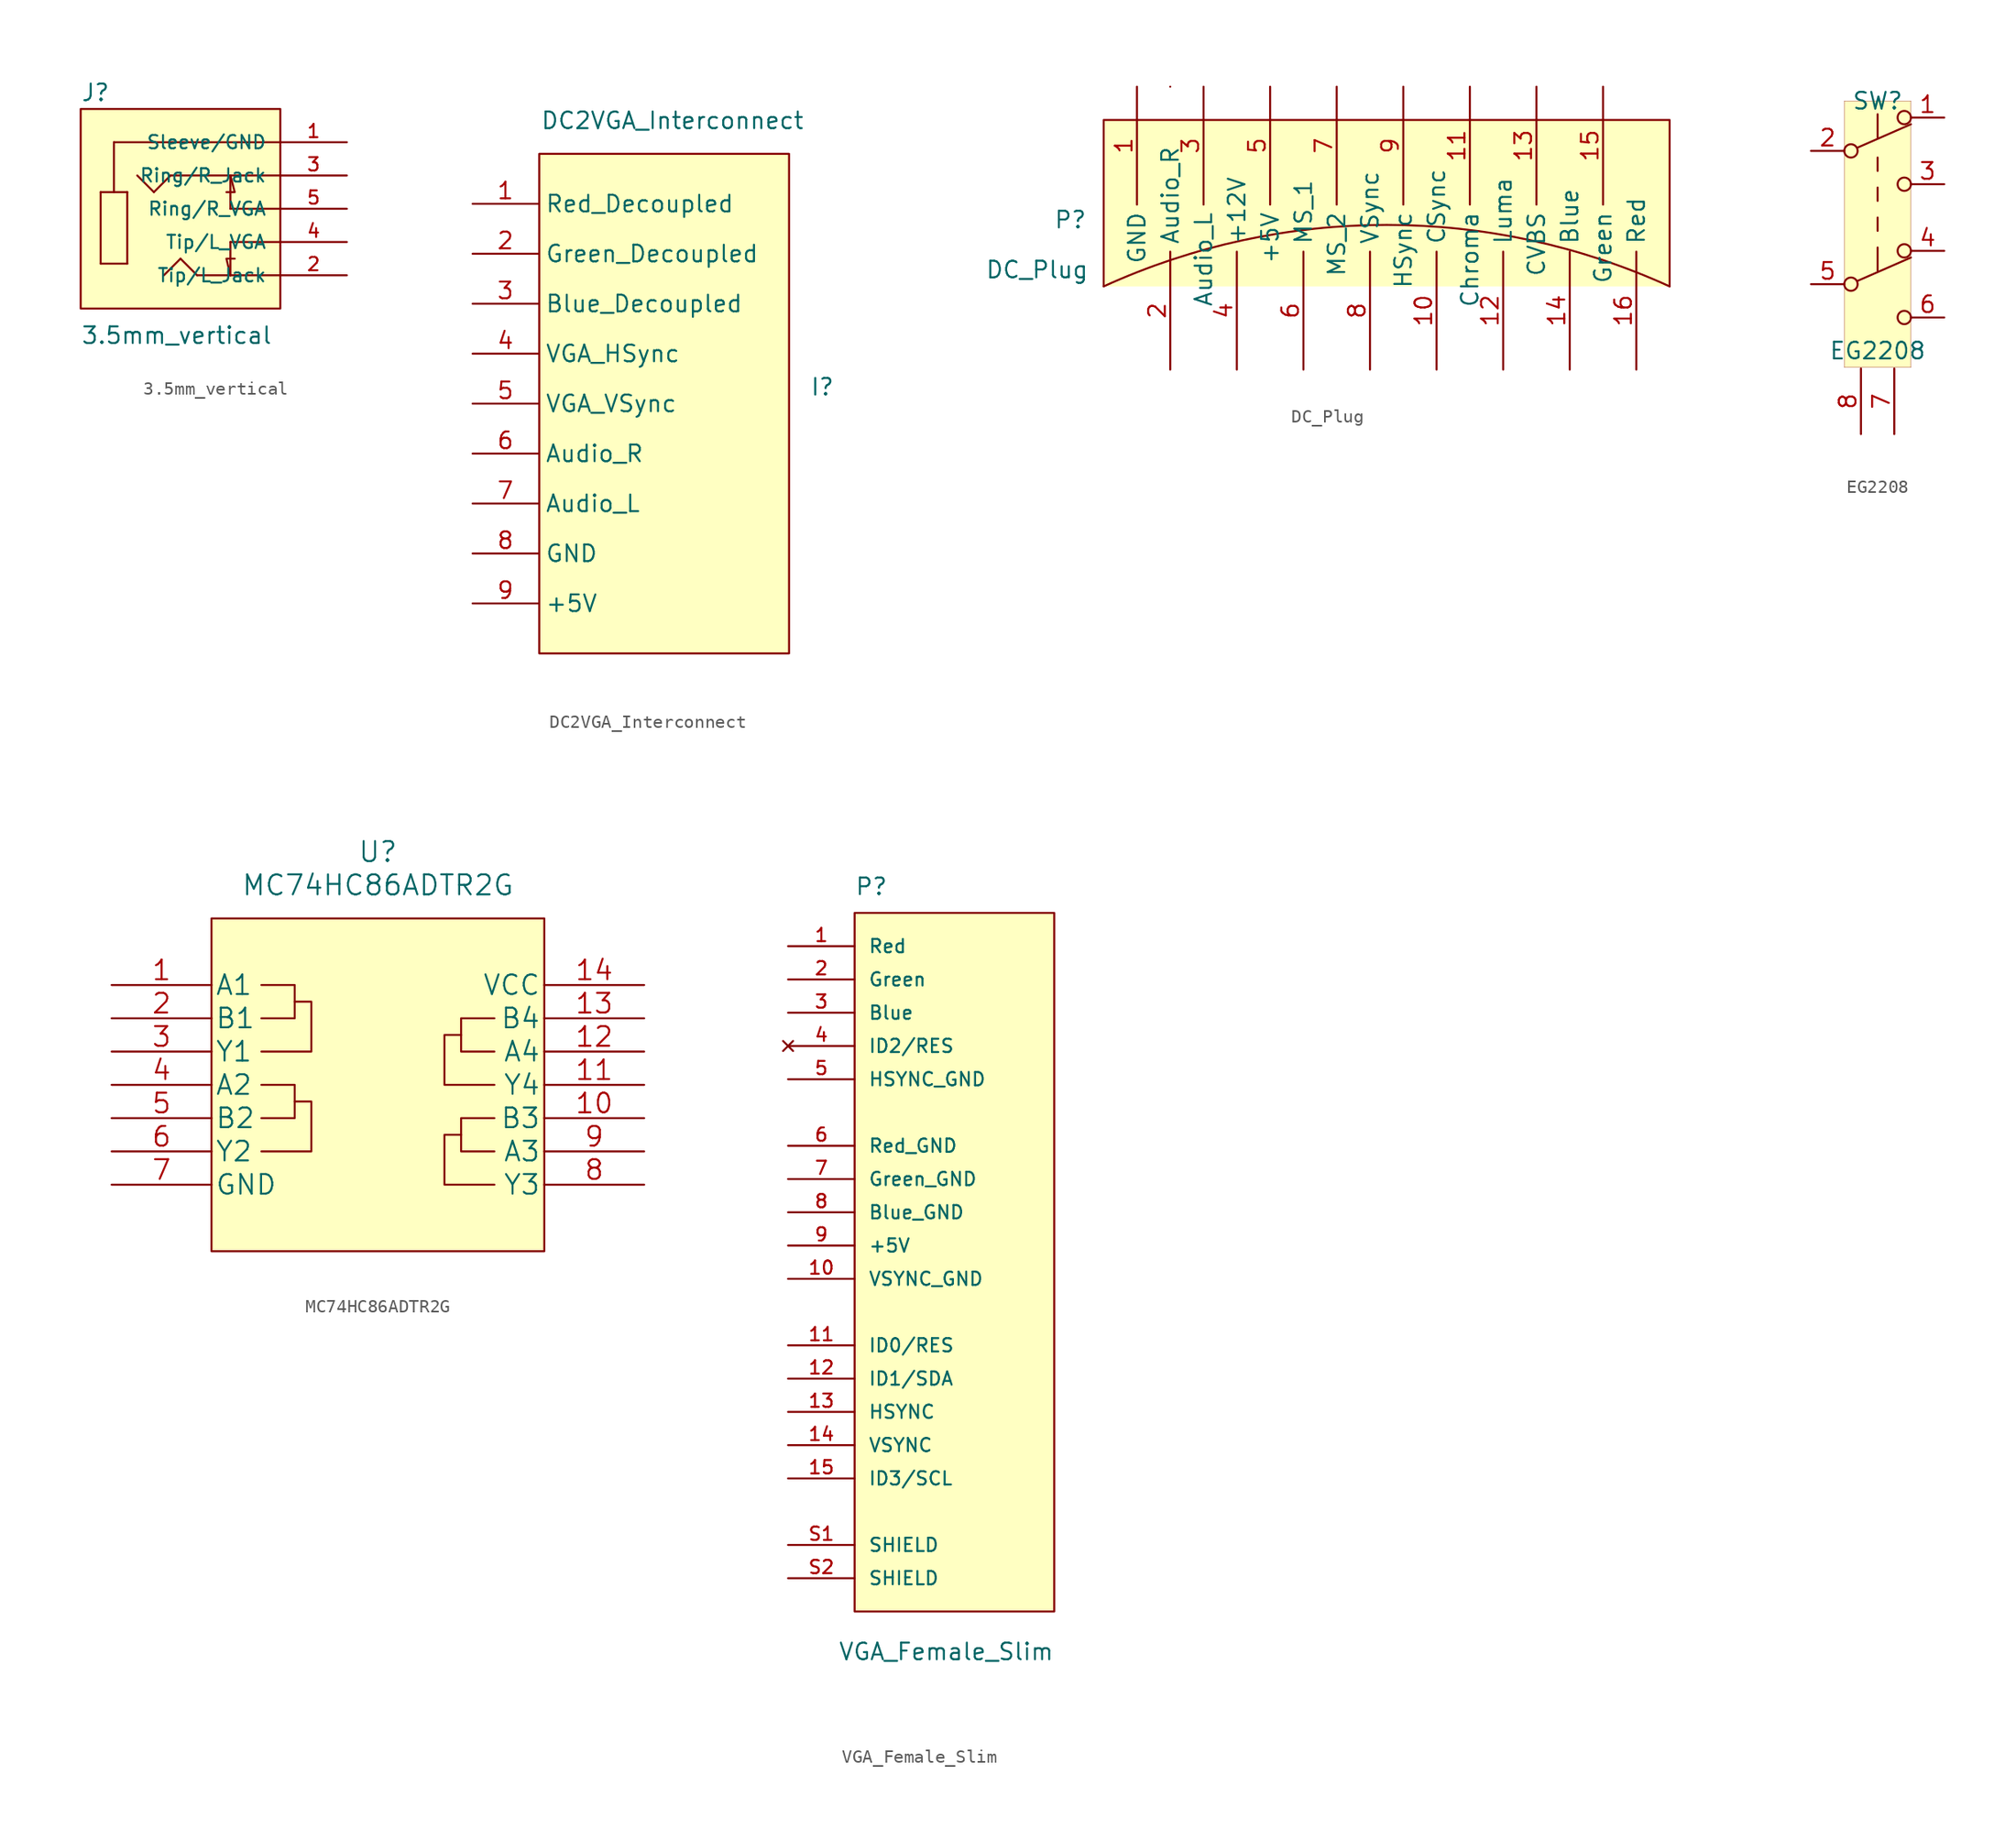
<source format=kicad_sym>
(kicad_symbol_lib
  (version 20211014)
  (generator kicad_symbol_editor)
  (symbol "3.5mm_vertical"
    (pin_names
      (offset 1.016))
    (property "Reference" "J"
      (at -7.62 8.128 0)
      (effects (font (size 1.27 1.27)) (justify left bottom)))
    (property "Value" "3.5mm_vertical"
      (at -7.62 -10.414 0)
      (effects (font (size 1.27 1.27)) (justify left bottom)))
    (symbol "3.5mm_vertical_0_0"
      (polyline (pts (xy -6.096 -4.191) (xy -6.096 1.27)) (stroke (width 0.152) (type default) (color 0 0 0 0)) (fill (type none)))
      (polyline (pts (xy -6.096 1.27) (xy -5.08 1.27)) (stroke (width 0.152) (type default) (color 0 0 0 0)) (fill (type none)))
      (polyline (pts (xy -5.08 1.27) (xy -4.064 1.27)) (stroke (width 0.152) (type default) (color 0 0 0 0)) (fill (type none)))
      (polyline (pts (xy -5.08 5.08) (xy -5.08 1.27)) (stroke (width 0.152) (type default) (color 0 0 0 0)) (fill (type none)))
      (polyline (pts (xy -4.064 -4.191) (xy -6.096 -4.191)) (stroke (width 0.152) (type default) (color 0 0 0 0)) (fill (type none)))
      (polyline (pts (xy -4.064 1.27) (xy -4.064 -4.191)) (stroke (width 0.152) (type default) (color 0 0 0 0)) (fill (type none)))
      (polyline (pts (xy -2.032 1.27) (xy -3.302 2.54)) (stroke (width 0.152) (type default) (color 0 0 0 0)) (fill (type none)))
      (polyline (pts (xy -0.762 2.54) (xy -2.032 1.27)) (stroke (width 0.152) (type default) (color 0 0 0 0)) (fill (type none)))
      (polyline (pts (xy 0 -3.81) (xy -1.27 -5.08)) (stroke (width 0.152) (type default) (color 0 0 0 0)) (fill (type none)))
      (polyline (pts (xy 1.27 -5.08) (xy 0 -3.81)) (stroke (width 0.152) (type default) (color 0 0 0 0)) (fill (type none)))
      (polyline (pts (xy 3.81 -5.08) (xy 1.27 -5.08)) (stroke (width 0.152) (type default) (color 0 0 0 0)) (fill (type none)))
      (polyline (pts (xy 3.81 -5.08) (xy 3.81 -2.54)) (stroke (width 0.152) (type default) (color 0 0 0 0)) (fill (type none)))
      (polyline (pts (xy 3.81 0) (xy 3.81 2.54)) (stroke (width 0.152) (type default) (color 0 0 0 0)) (fill (type none)))
      (polyline (pts (xy 3.81 2.54) (xy -0.762 2.54)) (stroke (width 0.152) (type default) (color 0 0 0 0)) (fill (type none)))
      (polyline (pts (xy 7.62 -5.08) (xy 3.81 -5.08)) (stroke (width 0.152) (type default) (color 0 0 0 0)) (fill (type none)))
      (polyline (pts (xy 7.62 -2.54) (xy 3.81 -2.54)) (stroke (width 0.152) (type default) (color 0 0 0 0)) (fill (type none)))
      (polyline (pts (xy 7.62 0) (xy 3.81 0)) (stroke (width 0.152) (type default) (color 0 0 0 0)) (fill (type none)))
      (polyline (pts (xy 7.62 2.54) (xy 3.81 2.54)) (stroke (width 0.152) (type default) (color 0 0 0 0)) (fill (type none)))
      (polyline (pts (xy 7.62 5.08) (xy -5.08 5.08)) (stroke (width 0.152) (type default) (color 0 0 0 0)) (fill (type none)))
      (polyline (pts (xy 3.81 -5.08) (xy 3.505 -3.81) (xy 4.14 -3.81)) (stroke (width 0.152) (type default) (color 0 0 0 0)) (fill (type background)))
      (polyline (pts (xy 3.81 2.54) (xy 4.14 1.27) (xy 3.505 1.27)) (stroke (width 0.152) (type default) (color 0 0 0 0)) (fill (type background)))
      (pin passive line (at 12.7 5.08 180) (length 5.08) (name "Sleeve/GND" (effects (font (size 1.016 1.016)))) (number "1" (effects (font (size 1.016 1.016)))))
      (pin passive line (at 12.7 -5.08 180) (length 5.08) (name "Tip/L_Jack" (effects (font (size 1.016 1.016)))) (number "2" (effects (font (size 1.016 1.016)))))
      (pin passive line (at 12.7 2.54 180) (length 5.08) (name "Ring/R_Jack" (effects (font (size 1.016 1.016)))) (number "3" (effects (font (size 1.016 1.016)))))
      (pin passive line (at 12.7 -2.54 180) (length 5.08) (name "Tip/L_VGA" (effects (font (size 1.016 1.016)))) (number "4" (effects (font (size 1.016 1.016)))))
      (pin passive line (at 12.7 0 180) (length 5.08) (name "Ring/R_VGA" (effects (font (size 1.016 1.016)))) (number "5" (effects (font (size 1.016 1.016))))))
    (symbol "3.5mm_vertical_0_1"
      (rectangle (start -7.62 7.62) (end 7.62 -7.62) (stroke (width 0.152) (type default) (color 0 0 0 0)) (fill (type background)))))
  (symbol "DC2VGA_Interconnect"
    (property "Reference" "I"
      (at 12.7 1.27 0)
      (effects (font (size 1.27 1.27))))
    (property "Value" "DC2VGA_Interconnect"
      (at 1.27 21.59 0)
      (effects (font (size 1.27 1.27))))
    (symbol "DC2VGA_Interconnect_0_1"
      (rectangle (start -8.89 19.05) (end 10.16 -19.05) (stroke (width 0.152) (type default) (color 0 0 0 0)) (fill (type background))))
    (symbol "DC2VGA_Interconnect_1_1"
      (pin bidirectional line (at -13.97 15.24 0) (length 5) (name "Red_Decoupled" (effects (font (size 1.27 1.27)))) (number "1" (effects (font (size 1.27 1.27)))))
      (pin bidirectional line (at -13.97 11.43 0) (length 5) (name "Green_Decoupled" (effects (font (size 1.27 1.27)))) (number "2" (effects (font (size 1.27 1.27)))))
      (pin bidirectional line (at -13.97 7.62 0) (length 5) (name "Blue_Decoupled" (effects (font (size 1.27 1.27)))) (number "3" (effects (font (size 1.27 1.27)))))
      (pin bidirectional line (at -13.97 3.81 0) (length 5) (name "VGA_HSync" (effects (font (size 1.27 1.27)))) (number "4" (effects (font (size 1.27 1.27)))))
      (pin bidirectional line (at -13.97 0 0) (length 5) (name "VGA_VSync" (effects (font (size 1.27 1.27)))) (number "5" (effects (font (size 1.27 1.27)))))
      (pin bidirectional line (at -13.97 -3.81 0) (length 5) (name "Audio_R" (effects (font (size 1.27 1.27)))) (number "6" (effects (font (size 1.27 1.27)))))
      (pin bidirectional line (at -13.97 -7.62 0) (length 5) (name "Audio_L" (effects (font (size 1.27 1.27)))) (number "7" (effects (font (size 1.27 1.27)))))
      (pin bidirectional line (at -13.97 -11.43 0) (length 5) (name "GND" (effects (font (size 1.27 1.27)))) (number "8" (effects (font (size 1.27 1.27)))))
      (pin bidirectional line (at -13.97 -15.24 0) (length 5) (name "+5V" (effects (font (size 1.27 1.27)))) (number "9" (effects (font (size 1.27 1.27)))))))
  (symbol "DC_Plug"
    (property "Reference" "P"
      (at -13.97 1.27 0)
      (effects (font (size 1.27 1.27))))
    (property "Value" "DC_Plug"
      (at -16.51 -2.54 0)
      (effects (font (size 1.27 1.27))))
    (symbol "DC_Plug_0_1"
      (arc (start -6.35 11.43) (mid -6.35 11.43) (end -6.35 11.43) (stroke (width 0.1524) (type default) (color 0 0 0 0)) (fill (type none)))
      (polyline (pts (xy -11.43 -3.81) (xy -11.43 8.89) (xy 31.75 8.89) (xy 31.75 -3.81)) (stroke (width 0.152) (type default) (color 0 0 0 0)) (fill (type background)))
      (arc (start 31.75 -3.81) (mid 10.16 95.5262) (end -11.43 -3.81) (stroke (width 0.1524) (type default) (color 0 0 0 0)) (fill (type none))))
    (symbol "DC_Plug_1_1"
      (pin bidirectional line (at -8.89 11.43 270) (length 9) (name "GND" (effects (font (size 1.27 1.27)))) (number "1" (effects (font (size 1.27 1.27)))))
      (pin bidirectional line (at 13.97 -10.16 90) (length 9) (name "CSync" (effects (font (size 1.27 1.27)))) (number "10" (effects (font (size 1.27 1.27)))))
      (pin bidirectional line (at 16.51 11.43 270) (length 9) (name "Chroma" (effects (font (size 1.27 1.27)))) (number "11" (effects (font (size 1.27 1.27)))))
      (pin bidirectional line (at 19.05 -10.16 90) (length 9) (name "Luma" (effects (font (size 1.27 1.27)))) (number "12" (effects (font (size 1.27 1.27)))))
      (pin bidirectional line (at 21.59 11.43 270) (length 9) (name "CVBS" (effects (font (size 1.27 1.27)))) (number "13" (effects (font (size 1.27 1.27)))))
      (pin bidirectional line (at 24.13 -10.16 90) (length 9) (name "Blue" (effects (font (size 1.27 1.27)))) (number "14" (effects (font (size 1.27 1.27)))))
      (pin bidirectional line (at 26.67 11.43 270) (length 9) (name "Green" (effects (font (size 1.27 1.27)))) (number "15" (effects (font (size 1.27 1.27)))))
      (pin bidirectional line (at 29.21 -10.16 90) (length 9) (name "Red" (effects (font (size 1.27 1.27)))) (number "16" (effects (font (size 1.27 1.27)))))
      (pin bidirectional line (at -6.35 -10.16 90) (length 9) (name "Audio_R" (effects (font (size 1.27 1.27)))) (number "2" (effects (font (size 1.27 1.27)))))
      (pin bidirectional line (at -3.81 11.43 270) (length 9) (name "Audio_L" (effects (font (size 1.27 1.27)))) (number "3" (effects (font (size 1.27 1.27)))))
      (pin bidirectional line (at -1.27 -10.16 90) (length 9) (name "+12V" (effects (font (size 1.27 1.27)))) (number "4" (effects (font (size 1.27 1.27)))))
      (pin bidirectional line (at 1.27 11.43 270) (length 9) (name "+5V" (effects (font (size 1.27 1.27)))) (number "5" (effects (font (size 1.27 1.27)))))
      (pin bidirectional line (at 3.81 -10.16 90) (length 9) (name "MS_1" (effects (font (size 1.27 1.27)))) (number "6" (effects (font (size 1.27 1.27)))))
      (pin bidirectional line (at 6.35 11.43 270) (length 9) (name "MS_2" (effects (font (size 1.27 1.27)))) (number "7" (effects (font (size 1.27 1.27)))))
      (pin bidirectional line (at 8.89 -10.16 90) (length 9) (name "VSync" (effects (font (size 1.27 1.27)))) (number "8" (effects (font (size 1.27 1.27)))))
      (pin bidirectional line (at 11.43 11.43 270) (length 9) (name "HSync" (effects (font (size 1.27 1.27)))) (number "9" (effects (font (size 1.27 1.27)))))))
  (symbol "EG2208"
    (pin_names
      (offset 0) hide)
    (property "Reference" "SW"
      (at 0 8.89 0)
      (effects (font (size 1.27 1.27))))
    (property "Value" "EG2208"
      (at 0 -10.16 0)
      (effects (font (size 1.27 1.27))))
    (symbol "EG2208_0_0"
      (circle (center -2.032 -5.08) (radius 0.508) (stroke (width 0) (type default) (color 0 0 0 0)) (fill (type none)))
      (circle (center -2.032 5.08) (radius 0.508) (stroke (width 0) (type default) (color 0 0 0 0)) (fill (type none)))
      (circle (center 2.032 -7.62) (radius 0.508) (stroke (width 0) (type default) (color 0 0 0 0)) (fill (type none)))
      (circle (center 2.032 2.54) (radius 0.508) (stroke (width 0) (type default) (color 0 0 0 0)) (fill (type none))))
    (symbol "EG2208_0_1"
      (rectangle (start -2.54 8.89) (end 2.54 -11.43) (stroke (width 0.001) (type default) (color 0 0 0 0)) (fill (type background)))
      (polyline (pts (xy -1.524 -4.826) (xy 2.54 -3.048)) (stroke (width 0) (type default) (color 0 0 0 0)) (fill (type none)))
      (polyline (pts (xy -1.524 5.334) (xy 2.54 7.112)) (stroke (width 0) (type default) (color 0 0 0 0)) (fill (type none)))
      (polyline (pts (xy 0 -2.286) (xy 0 -4.064)) (stroke (width 0) (type default) (color 0 0 0 0)) (fill (type none)))
      (polyline (pts (xy 0 -1.016) (xy 0 0)) (stroke (width 0) (type default) (color 0 0 0 0)) (fill (type none)))
      (polyline (pts (xy 0 1.27) (xy 0 2.286)) (stroke (width 0) (type default) (color 0 0 0 0)) (fill (type none)))
      (polyline (pts (xy 0 3.556) (xy 0 4.572)) (stroke (width 0) (type default) (color 0 0 0 0)) (fill (type none)))
      (polyline (pts (xy 0 7.874) (xy 0 6.096)) (stroke (width 0) (type default) (color 0 0 0 0)) (fill (type none)))
      (circle (center 2.032 -2.54) (radius 0.508) (stroke (width 0) (type default) (color 0 0 0 0)) (fill (type none)))
      (circle (center 2.032 7.62) (radius 0.508) (stroke (width 0) (type default) (color 0 0 0 0)) (fill (type none))))
    (symbol "EG2208_1_1"
      (pin passive line (at 5.08 7.62 180) (length 2.54) (name "A" (effects (font (size 1.27 1.27)))) (number "1" (effects (font (size 1.27 1.27)))))
      (pin passive line (at -5.08 5.08 0) (length 2.54) (name "B" (effects (font (size 1.27 1.27)))) (number "2" (effects (font (size 1.27 1.27)))))
      (pin passive line (at 5.08 2.54 180) (length 2.54) (name "C" (effects (font (size 1.27 1.27)))) (number "3" (effects (font (size 1.27 1.27)))))
      (pin passive line (at 5.08 -2.54 180) (length 2.54) (name "A" (effects (font (size 1.27 1.27)))) (number "4" (effects (font (size 1.27 1.27)))))
      (pin passive line (at -5.08 -5.08 0) (length 2.54) (name "B" (effects (font (size 1.27 1.27)))) (number "5" (effects (font (size 1.27 1.27)))))
      (pin passive line (at 5.08 -7.62 180) (length 2.54) (name "C" (effects (font (size 1.27 1.27)))) (number "6" (effects (font (size 1.27 1.27)))))
      (pin bidirectional line (at 1.27 -16.51 90) (length 5) (name "Shield" (effects (font (size 1.27 1.27)))) (number "7" (effects (font (size 1.27 1.27)))))
      (pin bidirectional line (at -1.27 -16.51 90) (length 5) (name "GND" (effects (font (size 1.27 1.27)))) (number "8" (effects (font (size 1.27 1.27)))))))
  (symbol "MC74HC86ADTR2G"
    (pin_names
      (offset 0.254))
    (property "Reference" "U"
      (at 20.32 10.16 0)
      (effects (font (size 1.524 1.524))))
    (property "Value" "MC74HC86ADTR2G"
      (at 20.32 7.62 0)
      (effects (font (size 1.524 1.524))))
    (property "Datasheet" ""
      (at 0 0 0)
      (effects (font (size 1.524 1.524))))
    (symbol "MC74HC86ADTR2G_0_1"
      (polyline (pts (xy 11.43 -7.62) (xy 13.97 -7.62) (xy 13.97 -10.16) (xy 11.43 -10.16)) (stroke (width 0.152) (type default) (color 0 0 0 0)) (fill (type none)))
      (polyline (pts (xy 11.43 0) (xy 13.97 0) (xy 13.97 -2.54) (xy 11.43 -2.54)) (stroke (width 0.152) (type default) (color 0 0 0 0)) (fill (type none)))
      (polyline (pts (xy 13.97 -8.89) (xy 15.24 -8.89) (xy 15.24 -12.7) (xy 11.43 -12.7)) (stroke (width 0.152) (type default) (color 0 0 0 0)) (fill (type none)))
      (polyline (pts (xy 13.97 -1.27) (xy 15.24 -1.27) (xy 15.24 -5.08) (xy 11.43 -5.08)) (stroke (width 0.152) (type default) (color 0 0 0 0)) (fill (type none)))
      (polyline (pts (xy 26.67 -11.43) (xy 25.4 -11.43) (xy 25.4 -15.24) (xy 29.21 -15.24)) (stroke (width 0.152) (type default) (color 0 0 0 0)) (fill (type none)))
      (polyline (pts (xy 26.67 -3.81) (xy 25.4 -3.81) (xy 25.4 -7.62) (xy 29.21 -7.62)) (stroke (width 0.152) (type default) (color 0 0 0 0)) (fill (type none)))
      (polyline (pts (xy 29.21 -2.54) (xy 26.67 -2.54) (xy 26.67 -5.08) (xy 29.21 -5.08)) (stroke (width 0.152) (type default) (color 0 0 0 0)) (fill (type none)))
      (polyline (pts (xy 29.21 -10.16) (xy 27.94 -10.16) (xy 26.67 -10.16) (xy 26.67 -12.7) (xy 29.21 -12.7)) (stroke (width 0.152) (type default) (color 0 0 0 0)) (fill (type none))))
    (symbol "MC74HC86ADTR2G_1_1"
      (polyline (pts (xy 33.02 5.08) (xy 7.62 5.08)) (stroke (width 0.127) (type default) (color 0 0 0 0)) (fill (type none)))
      (rectangle (start 7.62 5.08) (end 33.02 -20.32) (stroke (width 0.152) (type default) (color 0 0 0 0)) (fill (type background)))
      (pin input line (at 0 0 0) (length 7.62) (name "A1" (effects (font (size 1.499 1.499)))) (number "1" (effects (font (size 1.499 1.499)))))
      (pin input line (at 40.64 -10.16 180) (length 7.62) (name "B3" (effects (font (size 1.499 1.499)))) (number "10" (effects (font (size 1.499 1.499)))))
      (pin output line (at 40.64 -7.62 180) (length 7.62) (name "Y4" (effects (font (size 1.499 1.499)))) (number "11" (effects (font (size 1.499 1.499)))))
      (pin input line (at 40.64 -5.08 180) (length 7.62) (name "A4" (effects (font (size 1.499 1.499)))) (number "12" (effects (font (size 1.499 1.499)))))
      (pin input line (at 40.64 -2.54 180) (length 7.62) (name "B4" (effects (font (size 1.499 1.499)))) (number "13" (effects (font (size 1.499 1.499)))))
      (pin power_in line (at 40.64 0 180) (length 7.62) (name "VCC" (effects (font (size 1.499 1.499)))) (number "14" (effects (font (size 1.499 1.499)))))
      (pin input line (at 0 -2.54 0) (length 7.62) (name "B1" (effects (font (size 1.499 1.499)))) (number "2" (effects (font (size 1.499 1.499)))))
      (pin output line (at 0 -5.08 0) (length 7.62) (name "Y1" (effects (font (size 1.499 1.499)))) (number "3" (effects (font (size 1.499 1.499)))))
      (pin input line (at 0 -7.62 0) (length 7.62) (name "A2" (effects (font (size 1.499 1.499)))) (number "4" (effects (font (size 1.499 1.499)))))
      (pin input line (at 0 -10.16 0) (length 7.62) (name "B2" (effects (font (size 1.499 1.499)))) (number "5" (effects (font (size 1.499 1.499)))))
      (pin output line (at 0 -12.7 0) (length 7.62) (name "Y2" (effects (font (size 1.499 1.499)))) (number "6" (effects (font (size 1.499 1.499)))))
      (pin power_in line (at 0 -15.24 0) (length 7.62) (name "GND" (effects (font (size 1.499 1.499)))) (number "7" (effects (font (size 1.499 1.499)))))
      (pin output line (at 40.64 -15.24 180) (length 7.62) (name "Y3" (effects (font (size 1.499 1.499)))) (number "8" (effects (font (size 1.499 1.499)))))
      (pin input line (at 40.64 -12.7 180) (length 7.62) (name "A3" (effects (font (size 1.499 1.499)))) (number "9" (effects (font (size 1.499 1.499)))))))
  (symbol "VGA_Female_Slim"
    (pin_names
      (offset 1.016))
    (property "Reference" "P"
      (at -7.62 26.67 0)
      (effects (font (size 1.27 1.27)) (justify left bottom)))
    (property "Value" "VGA_Female_Slim"
      (at -8.89 -31.75 0)
      (effects (font (size 1.27 1.27)) (justify left bottom)))
    (symbol "VGA_Female_Slim_0_0"
      (rectangle (start -7.62 -27.94) (end 7.62 25.4) (stroke (width 0.152) (type default) (color 0 0 0 0)) (fill (type background)))
      (pin passive line (at -12.7 22.86 0) (length 5.08) (name "Red" (effects (font (size 1.016 1.016)))) (number "1" (effects (font (size 1.016 1.016)))))
      (pin passive line (at -12.7 -2.54 0) (length 5.08) (name "VSYNC_GND" (effects (font (size 1.016 1.016)))) (number "10" (effects (font (size 1.016 1.016)))))
      (pin passive line (at -12.7 -7.62 0) (length 5.08) (name "ID0/RES" (effects (font (size 1.016 1.016)))) (number "11" (effects (font (size 1.016 1.016)))))
      (pin passive line (at -12.7 -10.16 0) (length 5.08) (name "ID1/SDA" (effects (font (size 1.016 1.016)))) (number "12" (effects (font (size 1.016 1.016)))))
      (pin passive line (at -12.7 -12.7 0) (length 5.08) (name "HSYNC" (effects (font (size 1.016 1.016)))) (number "13" (effects (font (size 1.016 1.016)))))
      (pin passive line (at -12.7 -15.24 0) (length 5.08) (name "VSYNC" (effects (font (size 1.016 1.016)))) (number "14" (effects (font (size 1.016 1.016)))))
      (pin passive line (at -12.7 -17.78 0) (length 5.08) (name "ID3/SCL" (effects (font (size 1.016 1.016)))) (number "15" (effects (font (size 1.016 1.016)))))
      (pin passive line (at -12.7 20.32 0) (length 5.08) (name "Green" (effects (font (size 1.016 1.016)))) (number "2" (effects (font (size 1.016 1.016)))))
      (pin passive line (at -12.7 17.78 0) (length 5.08) (name "Blue" (effects (font (size 1.016 1.016)))) (number "3" (effects (font (size 1.016 1.016)))))
      (pin no_connect line (at -12.7 15.24 0) (length 5.08) (name "ID2/RES" (effects (font (size 1.016 1.016)))) (number "4" (effects (font (size 1.016 1.016)))))
      (pin passive line (at -12.7 12.7 0) (length 5.08) (name "HSYNC_GND" (effects (font (size 1.016 1.016)))) (number "5" (effects (font (size 1.016 1.016)))))
      (pin passive line (at -12.7 7.62 0) (length 5.08) (name "Red_GND" (effects (font (size 1.016 1.016)))) (number "6" (effects (font (size 1.016 1.016)))))
      (pin passive line (at -12.7 5.08 0) (length 5.08) (name "Green_GND" (effects (font (size 1.016 1.016)))) (number "7" (effects (font (size 1.016 1.016)))))
      (pin passive line (at -12.7 2.54 0) (length 5.08) (name "Blue_GND" (effects (font (size 1.016 1.016)))) (number "8" (effects (font (size 1.016 1.016)))))
      (pin passive line (at -12.7 0 0) (length 5.08) (name "+5V" (effects (font (size 1.016 1.016)))) (number "9" (effects (font (size 1.016 1.016)))))
      (pin passive line (at -12.7 -22.86 0) (length 5.08) (name "SHIELD" (effects (font (size 1.016 1.016)))) (number "S1" (effects (font (size 1.016 1.016)))))
      (pin passive line (at -12.7 -25.4 0) (length 5.08) (name "SHIELD" (effects (font (size 1.016 1.016)))) (number "S2" (effects (font (size 1.016 1.016))))))))
</source>
